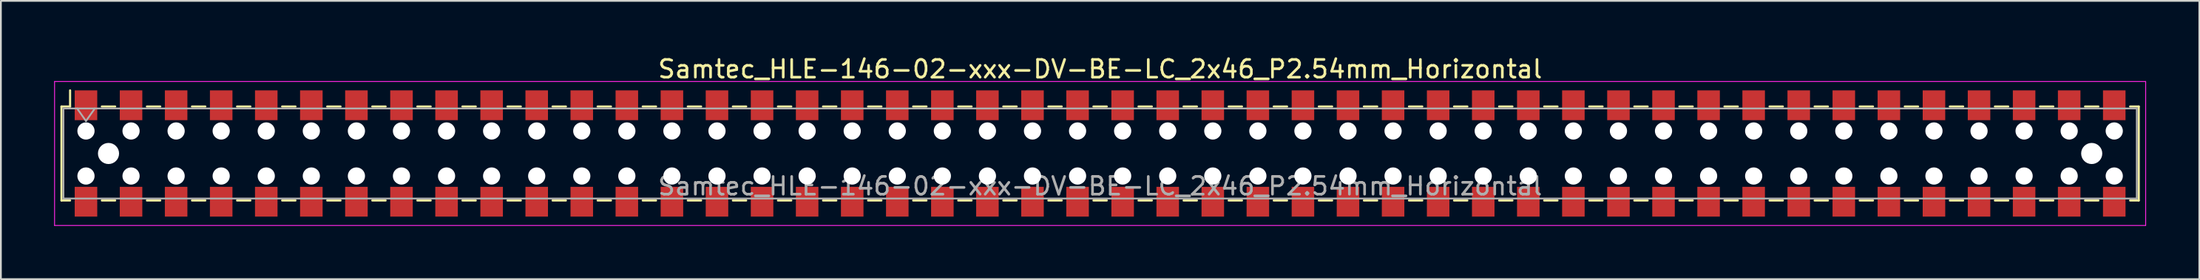
<source format=kicad_pcb>
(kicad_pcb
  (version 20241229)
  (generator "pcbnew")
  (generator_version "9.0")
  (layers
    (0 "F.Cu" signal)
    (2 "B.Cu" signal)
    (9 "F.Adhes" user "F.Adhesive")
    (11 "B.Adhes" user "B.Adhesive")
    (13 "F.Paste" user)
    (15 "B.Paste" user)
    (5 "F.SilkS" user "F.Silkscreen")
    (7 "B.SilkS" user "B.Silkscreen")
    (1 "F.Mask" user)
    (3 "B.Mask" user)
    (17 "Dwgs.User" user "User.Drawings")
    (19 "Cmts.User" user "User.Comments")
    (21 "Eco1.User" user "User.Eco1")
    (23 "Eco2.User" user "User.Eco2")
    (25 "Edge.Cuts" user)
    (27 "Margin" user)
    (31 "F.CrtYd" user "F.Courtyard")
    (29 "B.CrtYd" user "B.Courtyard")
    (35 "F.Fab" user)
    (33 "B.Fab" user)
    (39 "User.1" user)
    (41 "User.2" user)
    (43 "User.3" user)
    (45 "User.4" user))
  (footprint "Samtec_HLE-146-02-xxx-DV-BE-LC_2x46_P2.54mm_Horizontal"
    (layer "F.Cu")
    (at 58.945 5.608)
    (property "Reference" "Samtec_HLE-146-02-xxx-DV-BE-LC_2x46_P2.54mm_Horizontal" (at 0 -4.76 0) (layer "F.SilkS") (effects (font (size 1 1) (thickness 0.15))))
    (attr smd)
    (fp_line (start -58.53 -2.65) (end -58.53 2.65) (stroke (width 0.12) (type solid)) (layer "F.SilkS"))
    (fp_line (start -58.53 2.65) (end -58.045 2.65) (stroke (width 0.12) (type solid)) (layer "F.SilkS"))
    (fp_line (start -58.045 -3.56) (end -58.045 -2.65) (stroke (width 0.12) (type solid)) (layer "F.SilkS"))
    (fp_line (start -58.045 -2.65) (end -58.53 -2.65) (stroke (width 0.12) (type solid)) (layer "F.SilkS"))
    (fp_line (start -56.255 -2.65) (end -55.505 -2.65) (stroke (width 0.12) (type solid)) (layer "F.SilkS"))
    (fp_line (start -56.255 2.65) (end -55.505 2.65) (stroke (width 0.12) (type solid)) (layer "F.SilkS"))
    (fp_line (start -53.715 -2.65) (end -52.965 -2.65) (stroke (width 0.12) (type solid)) (layer "F.SilkS"))
    (fp_line (start -53.715 2.65) (end -52.965 2.65) (stroke (width 0.12) (type solid)) (layer "F.SilkS"))
    (fp_line (start -51.175 -2.65) (end -50.425 -2.65) (stroke (width 0.12) (type solid)) (layer "F.SilkS"))
    (fp_line (start -51.175 2.65) (end -50.425 2.65) (stroke (width 0.12) (type solid)) (layer "F.SilkS"))
    (fp_line (start -48.635 -2.65) (end -47.885 -2.65) (stroke (width 0.12) (type solid)) (layer "F.SilkS"))
    (fp_line (start -48.635 2.65) (end -47.885 2.65) (stroke (width 0.12) (type solid)) (layer "F.SilkS"))
    (fp_line (start -46.095 -2.65) (end -45.345 -2.65) (stroke (width 0.12) (type solid)) (layer "F.SilkS"))
    (fp_line (start -46.095 2.65) (end -45.345 2.65) (stroke (width 0.12) (type solid)) (layer "F.SilkS"))
    (fp_line (start -43.555 -2.65) (end -42.805 -2.65) (stroke (width 0.12) (type solid)) (layer "F.SilkS"))
    (fp_line (start -43.555 2.65) (end -42.805 2.65) (stroke (width 0.12) (type solid)) (layer "F.SilkS"))
    (fp_line (start -41.015 -2.65) (end -40.265 -2.65) (stroke (width 0.12) (type solid)) (layer "F.SilkS"))
    (fp_line (start -41.015 2.65) (end -40.265 2.65) (stroke (width 0.12) (type solid)) (layer "F.SilkS"))
    (fp_line (start -38.475 -2.65) (end -37.725 -2.65) (stroke (width 0.12) (type solid)) (layer "F.SilkS"))
    (fp_line (start -38.475 2.65) (end -37.725 2.65) (stroke (width 0.12) (type solid)) (layer "F.SilkS"))
    (fp_line (start -35.935 -2.65) (end -35.185 -2.65) (stroke (width 0.12) (type solid)) (layer "F.SilkS"))
    (fp_line (start -35.935 2.65) (end -35.185 2.65) (stroke (width 0.12) (type solid)) (layer "F.SilkS"))
    (fp_line (start -33.395 -2.65) (end -32.645 -2.65) (stroke (width 0.12) (type solid)) (layer "F.SilkS"))
    (fp_line (start -33.395 2.65) (end -32.645 2.65) (stroke (width 0.12) (type solid)) (layer "F.SilkS"))
    (fp_line (start -30.855 -2.65) (end -30.105 -2.65) (stroke (width 0.12) (type solid)) (layer "F.SilkS"))
    (fp_line (start -30.855 2.65) (end -30.105 2.65) (stroke (width 0.12) (type solid)) (layer "F.SilkS"))
    (fp_line (start -28.315 -2.65) (end -27.565 -2.65) (stroke (width 0.12) (type solid)) (layer "F.SilkS"))
    (fp_line (start -28.315 2.65) (end -27.565 2.65) (stroke (width 0.12) (type solid)) (layer "F.SilkS"))
    (fp_line (start -25.775 -2.65) (end -25.025 -2.65) (stroke (width 0.12) (type solid)) (layer "F.SilkS"))
    (fp_line (start -25.775 2.65) (end -25.025 2.65) (stroke (width 0.12) (type solid)) (layer "F.SilkS"))
    (fp_line (start -23.235 -2.65) (end -22.485 -2.65) (stroke (width 0.12) (type solid)) (layer "F.SilkS"))
    (fp_line (start -23.235 2.65) (end -22.485 2.65) (stroke (width 0.12) (type solid)) (layer "F.SilkS"))
    (fp_line (start -20.695 -2.65) (end -19.945 -2.65) (stroke (width 0.12) (type solid)) (layer "F.SilkS"))
    (fp_line (start -20.695 2.65) (end -19.945 2.65) (stroke (width 0.12) (type solid)) (layer "F.SilkS"))
    (fp_line (start -18.155 -2.65) (end -17.405 -2.65) (stroke (width 0.12) (type solid)) (layer "F.SilkS"))
    (fp_line (start -18.155 2.65) (end -17.405 2.65) (stroke (width 0.12) (type solid)) (layer "F.SilkS"))
    (fp_line (start -15.615 -2.65) (end -14.865 -2.65) (stroke (width 0.12) (type solid)) (layer "F.SilkS"))
    (fp_line (start -15.615 2.65) (end -14.865 2.65) (stroke (width 0.12) (type solid)) (layer "F.SilkS"))
    (fp_line (start -13.075 -2.65) (end -12.325 -2.65) (stroke (width 0.12) (type solid)) (layer "F.SilkS"))
    (fp_line (start -13.075 2.65) (end -12.325 2.65) (stroke (width 0.12) (type solid)) (layer "F.SilkS"))
    (fp_line (start -10.535 -2.65) (end -9.785 -2.65) (stroke (width 0.12) (type solid)) (layer "F.SilkS"))
    (fp_line (start -10.535 2.65) (end -9.785 2.65) (stroke (width 0.12) (type solid)) (layer "F.SilkS"))
    (fp_line (start -7.995 -2.65) (end -7.245 -2.65) (stroke (width 0.12) (type solid)) (layer "F.SilkS"))
    (fp_line (start -7.995 2.65) (end -7.245 2.65) (stroke (width 0.12) (type solid)) (layer "F.SilkS"))
    (fp_line (start -5.455 -2.65) (end -4.705 -2.65) (stroke (width 0.12) (type solid)) (layer "F.SilkS"))
    (fp_line (start -5.455 2.65) (end -4.705 2.65) (stroke (width 0.12) (type solid)) (layer "F.SilkS"))
    (fp_line (start -2.915 -2.65) (end -2.165 -2.65) (stroke (width 0.12) (type solid)) (layer "F.SilkS"))
    (fp_line (start -2.915 2.65) (end -2.165 2.65) (stroke (width 0.12) (type solid)) (layer "F.SilkS"))
    (fp_line (start -0.375 -2.65) (end 0.375 -2.65) (stroke (width 0.12) (type solid)) (layer "F.SilkS"))
    (fp_line (start -0.375 2.65) (end 0.375 2.65) (stroke (width 0.12) (type solid)) (layer "F.SilkS"))
    (fp_line (start 2.165 -2.65) (end 2.915 -2.65) (stroke (width 0.12) (type solid)) (layer "F.SilkS"))
    (fp_line (start 2.165 2.65) (end 2.915 2.65) (stroke (width 0.12) (type solid)) (layer "F.SilkS"))
    (fp_line (start 4.705 -2.65) (end 5.455 -2.65) (stroke (width 0.12) (type solid)) (layer "F.SilkS"))
    (fp_line (start 4.705 2.65) (end 5.455 2.65) (stroke (width 0.12) (type solid)) (layer "F.SilkS"))
    (fp_line (start 7.245 -2.65) (end 7.995 -2.65) (stroke (width 0.12) (type solid)) (layer "F.SilkS"))
    (fp_line (start 7.245 2.65) (end 7.995 2.65) (stroke (width 0.12) (type solid)) (layer "F.SilkS"))
    (fp_line (start 9.785 -2.65) (end 10.535 -2.65) (stroke (width 0.12) (type solid)) (layer "F.SilkS"))
    (fp_line (start 9.785 2.65) (end 10.535 2.65) (stroke (width 0.12) (type solid)) (layer "F.SilkS"))
    (fp_line (start 12.325 -2.65) (end 13.075 -2.65) (stroke (width 0.12) (type solid)) (layer "F.SilkS"))
    (fp_line (start 12.325 2.65) (end 13.075 2.65) (stroke (width 0.12) (type solid)) (layer "F.SilkS"))
    (fp_line (start 14.865 -2.65) (end 15.615 -2.65) (stroke (width 0.12) (type solid)) (layer "F.SilkS"))
    (fp_line (start 14.865 2.65) (end 15.615 2.65) (stroke (width 0.12) (type solid)) (layer "F.SilkS"))
    (fp_line (start 17.405 -2.65) (end 18.155 -2.65) (stroke (width 0.12) (type solid)) (layer "F.SilkS"))
    (fp_line (start 17.405 2.65) (end 18.155 2.65) (stroke (width 0.12) (type solid)) (layer "F.SilkS"))
    (fp_line (start 19.945 -2.65) (end 20.695 -2.65) (stroke (width 0.12) (type solid)) (layer "F.SilkS"))
    (fp_line (start 19.945 2.65) (end 20.695 2.65) (stroke (width 0.12) (type solid)) (layer "F.SilkS"))
    (fp_line (start 22.485 -2.65) (end 23.235 -2.65) (stroke (width 0.12) (type solid)) (layer "F.SilkS"))
    (fp_line (start 22.485 2.65) (end 23.235 2.65) (stroke (width 0.12) (type solid)) (layer "F.SilkS"))
    (fp_line (start 25.025 -2.65) (end 25.775 -2.65) (stroke (width 0.12) (type solid)) (layer "F.SilkS"))
    (fp_line (start 25.025 2.65) (end 25.775 2.65) (stroke (width 0.12) (type solid)) (layer "F.SilkS"))
    (fp_line (start 27.565 -2.65) (end 28.315 -2.65) (stroke (width 0.12) (type solid)) (layer "F.SilkS"))
    (fp_line (start 27.565 2.65) (end 28.315 2.65) (stroke (width 0.12) (type solid)) (layer "F.SilkS"))
    (fp_line (start 30.105 -2.65) (end 30.855 -2.65) (stroke (width 0.12) (type solid)) (layer "F.SilkS"))
    (fp_line (start 30.105 2.65) (end 30.855 2.65) (stroke (width 0.12) (type solid)) (layer "F.SilkS"))
    (fp_line (start 32.645 -2.65) (end 33.395 -2.65) (stroke (width 0.12) (type solid)) (layer "F.SilkS"))
    (fp_line (start 32.645 2.65) (end 33.395 2.65) (stroke (width 0.12) (type solid)) (layer "F.SilkS"))
    (fp_line (start 35.185 -2.65) (end 35.935 -2.65) (stroke (width 0.12) (type solid)) (layer "F.SilkS"))
    (fp_line (start 35.185 2.65) (end 35.935 2.65) (stroke (width 0.12) (type solid)) (layer "F.SilkS"))
    (fp_line (start 37.725 -2.65) (end 38.475 -2.65) (stroke (width 0.12) (type solid)) (layer "F.SilkS"))
    (fp_line (start 37.725 2.65) (end 38.475 2.65) (stroke (width 0.12) (type solid)) (layer "F.SilkS"))
    (fp_line (start 40.265 -2.65) (end 41.015 -2.65) (stroke (width 0.12) (type solid)) (layer "F.SilkS"))
    (fp_line (start 40.265 2.65) (end 41.015 2.65) (stroke (width 0.12) (type solid)) (layer "F.SilkS"))
    (fp_line (start 42.805 -2.65) (end 43.555 -2.65) (stroke (width 0.12) (type solid)) (layer "F.SilkS"))
    (fp_line (start 42.805 2.65) (end 43.555 2.65) (stroke (width 0.12) (type solid)) (layer "F.SilkS"))
    (fp_line (start 45.345 -2.65) (end 46.095 -2.65) (stroke (width 0.12) (type solid)) (layer "F.SilkS"))
    (fp_line (start 45.345 2.65) (end 46.095 2.65) (stroke (width 0.12) (type solid)) (layer "F.SilkS"))
    (fp_line (start 47.885 -2.65) (end 48.635 -2.65) (stroke (width 0.12) (type solid)) (layer "F.SilkS"))
    (fp_line (start 47.885 2.65) (end 48.635 2.65) (stroke (width 0.12) (type solid)) (layer "F.SilkS"))
    (fp_line (start 50.425 -2.65) (end 51.175 -2.65) (stroke (width 0.12) (type solid)) (layer "F.SilkS"))
    (fp_line (start 50.425 2.65) (end 51.175 2.65) (stroke (width 0.12) (type solid)) (layer "F.SilkS"))
    (fp_line (start 52.965 -2.65) (end 53.715 -2.65) (stroke (width 0.12) (type solid)) (layer "F.SilkS"))
    (fp_line (start 52.965 2.65) (end 53.715 2.65) (stroke (width 0.12) (type solid)) (layer "F.SilkS"))
    (fp_line (start 55.505 -2.65) (end 56.255 -2.65) (stroke (width 0.12) (type solid)) (layer "F.SilkS"))
    (fp_line (start 55.505 2.65) (end 56.255 2.65) (stroke (width 0.12) (type solid)) (layer "F.SilkS"))
    (fp_line (start 58.045 -2.65) (end 58.53 -2.65) (stroke (width 0.12) (type solid)) (layer "F.SilkS"))
    (fp_line (start 58.53 -2.65) (end 58.53 2.65) (stroke (width 0.12) (type solid)) (layer "F.SilkS"))
    (fp_line (start 58.53 2.65) (end 58.045 2.65) (stroke (width 0.12) (type solid)) (layer "F.SilkS"))
    (fp_line (start -58.92 -4.06) (end 58.92 -4.06) (stroke (width 0.05) (type solid)) (layer "F.CrtYd"))
    (fp_line (start -58.92 4.06) (end -58.92 -4.06) (stroke (width 0.05) (type solid)) (layer "F.CrtYd"))
    (fp_line (start 58.92 -4.06) (end 58.92 4.06) (stroke (width 0.05) (type solid)) (layer "F.CrtYd"))
    (fp_line (start 58.92 4.06) (end -58.92 4.06) (stroke (width 0.05) (type solid)) (layer "F.CrtYd"))
    (fp_line (start -58.42 -2.54) (end 58.42 -2.54) (stroke (width 0.1) (type solid)) (layer "F.Fab"))
    (fp_line (start -58.42 2.54) (end -58.42 -2.54) (stroke (width 0.1) (type solid)) (layer "F.Fab"))
    (fp_line (start -57.65 -2.54) (end -57.15 -1.833) (stroke (width 0.1) (type solid)) (layer "F.Fab"))
    (fp_line (start -57.15 -1.833) (end -56.65 -2.54) (stroke (width 0.1) (type solid)) (layer "F.Fab"))
    (fp_line (start 58.42 -2.54) (end 58.42 2.54) (stroke (width 0.1) (type solid)) (layer "F.Fab"))
    (fp_line (start 58.42 2.54) (end -58.42 2.54) (stroke (width 0.1) (type solid)) (layer "F.Fab"))
    (fp_text user "${REFERENCE}" (at 0 1.84 0) (layer "F.Fab") (effects (font (size 1 1) (thickness 0.15))))
    (pad "" np_thru_hole circle (at -57.15 -1.27) (size 0.97 0.97) (drill 0.97) (layers "*.Cu" "*.Mask"))
    (pad "" np_thru_hole circle (at -57.15 1.27) (size 0.97 0.97) (drill 0.97) (layers "*.Cu" "*.Mask"))
    (pad "" np_thru_hole circle (at -55.88 0) (size 1.19 1.19) (drill 1.19) (layers "*.Cu" "*.Mask"))
    (pad "" np_thru_hole circle (at -54.61 -1.27) (size 0.97 0.97) (drill 0.97) (layers "*.Cu" "*.Mask"))
    (pad "" np_thru_hole circle (at -54.61 1.27) (size 0.97 0.97) (drill 0.97) (layers "*.Cu" "*.Mask"))
    (pad "" np_thru_hole circle (at -52.07 -1.27) (size 0.97 0.97) (drill 0.97) (layers "*.Cu" "*.Mask"))
    (pad "" np_thru_hole circle (at -52.07 1.27) (size 0.97 0.97) (drill 0.97) (layers "*.Cu" "*.Mask"))
    (pad "" np_thru_hole circle (at -49.53 -1.27) (size 0.97 0.97) (drill 0.97) (layers "*.Cu" "*.Mask"))
    (pad "" np_thru_hole circle (at -49.53 1.27) (size 0.97 0.97) (drill 0.97) (layers "*.Cu" "*.Mask"))
    (pad "" np_thru_hole circle (at -46.99 -1.27) (size 0.97 0.97) (drill 0.97) (layers "*.Cu" "*.Mask"))
    (pad "" np_thru_hole circle (at -46.99 1.27) (size 0.97 0.97) (drill 0.97) (layers "*.Cu" "*.Mask"))
    (pad "" np_thru_hole circle (at -44.45 -1.27) (size 0.97 0.97) (drill 0.97) (layers "*.Cu" "*.Mask"))
    (pad "" np_thru_hole circle (at -44.45 1.27) (size 0.97 0.97) (drill 0.97) (layers "*.Cu" "*.Mask"))
    (pad "" np_thru_hole circle (at -41.91 -1.27) (size 0.97 0.97) (drill 0.97) (layers "*.Cu" "*.Mask"))
    (pad "" np_thru_hole circle (at -41.91 1.27) (size 0.97 0.97) (drill 0.97) (layers "*.Cu" "*.Mask"))
    (pad "" np_thru_hole circle (at -39.37 -1.27) (size 0.97 0.97) (drill 0.97) (layers "*.Cu" "*.Mask"))
    (pad "" np_thru_hole circle (at -39.37 1.27) (size 0.97 0.97) (drill 0.97) (layers "*.Cu" "*.Mask"))
    (pad "" np_thru_hole circle (at -36.83 -1.27) (size 0.97 0.97) (drill 0.97) (layers "*.Cu" "*.Mask"))
    (pad "" np_thru_hole circle (at -36.83 1.27) (size 0.97 0.97) (drill 0.97) (layers "*.Cu" "*.Mask"))
    (pad "" np_thru_hole circle (at -34.29 -1.27) (size 0.97 0.97) (drill 0.97) (layers "*.Cu" "*.Mask"))
    (pad "" np_thru_hole circle (at -34.29 1.27) (size 0.97 0.97) (drill 0.97) (layers "*.Cu" "*.Mask"))
    (pad "" np_thru_hole circle (at -31.75 -1.27) (size 0.97 0.97) (drill 0.97) (layers "*.Cu" "*.Mask"))
    (pad "" np_thru_hole circle (at -31.75 1.27) (size 0.97 0.97) (drill 0.97) (layers "*.Cu" "*.Mask"))
    (pad "" np_thru_hole circle (at -29.21 -1.27) (size 0.97 0.97) (drill 0.97) (layers "*.Cu" "*.Mask"))
    (pad "" np_thru_hole circle (at -29.21 1.27) (size 0.97 0.97) (drill 0.97) (layers "*.Cu" "*.Mask"))
    (pad "" np_thru_hole circle (at -26.67 -1.27) (size 0.97 0.97) (drill 0.97) (layers "*.Cu" "*.Mask"))
    (pad "" np_thru_hole circle (at -26.67 1.27) (size 0.97 0.97) (drill 0.97) (layers "*.Cu" "*.Mask"))
    (pad "" np_thru_hole circle (at -24.13 -1.27) (size 0.97 0.97) (drill 0.97) (layers "*.Cu" "*.Mask"))
    (pad "" np_thru_hole circle (at -24.13 1.27) (size 0.97 0.97) (drill 0.97) (layers "*.Cu" "*.Mask"))
    (pad "" np_thru_hole circle (at -21.59 -1.27) (size 0.97 0.97) (drill 0.97) (layers "*.Cu" "*.Mask"))
    (pad "" np_thru_hole circle (at -21.59 1.27) (size 0.97 0.97) (drill 0.97) (layers "*.Cu" "*.Mask"))
    (pad "" np_thru_hole circle (at -19.05 -1.27) (size 0.97 0.97) (drill 0.97) (layers "*.Cu" "*.Mask"))
    (pad "" np_thru_hole circle (at -19.05 1.27) (size 0.97 0.97) (drill 0.97) (layers "*.Cu" "*.Mask"))
    (pad "" np_thru_hole circle (at -16.51 -1.27) (size 0.97 0.97) (drill 0.97) (layers "*.Cu" "*.Mask"))
    (pad "" np_thru_hole circle (at -16.51 1.27) (size 0.97 0.97) (drill 0.97) (layers "*.Cu" "*.Mask"))
    (pad "" np_thru_hole circle (at -13.97 -1.27) (size 0.97 0.97) (drill 0.97) (layers "*.Cu" "*.Mask"))
    (pad "" np_thru_hole circle (at -13.97 1.27) (size 0.97 0.97) (drill 0.97) (layers "*.Cu" "*.Mask"))
    (pad "" np_thru_hole circle (at -11.43 -1.27) (size 0.97 0.97) (drill 0.97) (layers "*.Cu" "*.Mask"))
    (pad "" np_thru_hole circle (at -11.43 1.27) (size 0.97 0.97) (drill 0.97) (layers "*.Cu" "*.Mask"))
    (pad "" np_thru_hole circle (at -8.89 -1.27) (size 0.97 0.97) (drill 0.97) (layers "*.Cu" "*.Mask"))
    (pad "" np_thru_hole circle (at -8.89 1.27) (size 0.97 0.97) (drill 0.97) (layers "*.Cu" "*.Mask"))
    (pad "" np_thru_hole circle (at -6.35 -1.27) (size 0.97 0.97) (drill 0.97) (layers "*.Cu" "*.Mask"))
    (pad "" np_thru_hole circle (at -6.35 1.27) (size 0.97 0.97) (drill 0.97) (layers "*.Cu" "*.Mask"))
    (pad "" np_thru_hole circle (at -3.81 -1.27) (size 0.97 0.97) (drill 0.97) (layers "*.Cu" "*.Mask"))
    (pad "" np_thru_hole circle (at -3.81 1.27) (size 0.97 0.97) (drill 0.97) (layers "*.Cu" "*.Mask"))
    (pad "" np_thru_hole circle (at -1.27 -1.27) (size 0.97 0.97) (drill 0.97) (layers "*.Cu" "*.Mask"))
    (pad "" np_thru_hole circle (at -1.27 1.27) (size 0.97 0.97) (drill 0.97) (layers "*.Cu" "*.Mask"))
    (pad "" np_thru_hole circle (at 1.27 -1.27) (size 0.97 0.97) (drill 0.97) (layers "*.Cu" "*.Mask"))
    (pad "" np_thru_hole circle (at 1.27 1.27) (size 0.97 0.97) (drill 0.97) (layers "*.Cu" "*.Mask"))
    (pad "" np_thru_hole circle (at 3.81 -1.27) (size 0.97 0.97) (drill 0.97) (layers "*.Cu" "*.Mask"))
    (pad "" np_thru_hole circle (at 3.81 1.27) (size 0.97 0.97) (drill 0.97) (layers "*.Cu" "*.Mask"))
    (pad "" np_thru_hole circle (at 6.35 -1.27) (size 0.97 0.97) (drill 0.97) (layers "*.Cu" "*.Mask"))
    (pad "" np_thru_hole circle (at 6.35 1.27) (size 0.97 0.97) (drill 0.97) (layers "*.Cu" "*.Mask"))
    (pad "" np_thru_hole circle (at 8.89 -1.27) (size 0.97 0.97) (drill 0.97) (layers "*.Cu" "*.Mask"))
    (pad "" np_thru_hole circle (at 8.89 1.27) (size 0.97 0.97) (drill 0.97) (layers "*.Cu" "*.Mask"))
    (pad "" np_thru_hole circle (at 11.43 -1.27) (size 0.97 0.97) (drill 0.97) (layers "*.Cu" "*.Mask"))
    (pad "" np_thru_hole circle (at 11.43 1.27) (size 0.97 0.97) (drill 0.97) (layers "*.Cu" "*.Mask"))
    (pad "" np_thru_hole circle (at 13.97 -1.27) (size 0.97 0.97) (drill 0.97) (layers "*.Cu" "*.Mask"))
    (pad "" np_thru_hole circle (at 13.97 1.27) (size 0.97 0.97) (drill 0.97) (layers "*.Cu" "*.Mask"))
    (pad "" np_thru_hole circle (at 16.51 -1.27) (size 0.97 0.97) (drill 0.97) (layers "*.Cu" "*.Mask"))
    (pad "" np_thru_hole circle (at 16.51 1.27) (size 0.97 0.97) (drill 0.97) (layers "*.Cu" "*.Mask"))
    (pad "" np_thru_hole circle (at 19.05 -1.27) (size 0.97 0.97) (drill 0.97) (layers "*.Cu" "*.Mask"))
    (pad "" np_thru_hole circle (at 19.05 1.27) (size 0.97 0.97) (drill 0.97) (layers "*.Cu" "*.Mask"))
    (pad "" np_thru_hole circle (at 21.59 -1.27) (size 0.97 0.97) (drill 0.97) (layers "*.Cu" "*.Mask"))
    (pad "" np_thru_hole circle (at 21.59 1.27) (size 0.97 0.97) (drill 0.97) (layers "*.Cu" "*.Mask"))
    (pad "" np_thru_hole circle (at 24.13 -1.27) (size 0.97 0.97) (drill 0.97) (layers "*.Cu" "*.Mask"))
    (pad "" np_thru_hole circle (at 24.13 1.27) (size 0.97 0.97) (drill 0.97) (layers "*.Cu" "*.Mask"))
    (pad "" np_thru_hole circle (at 26.67 -1.27) (size 0.97 0.97) (drill 0.97) (layers "*.Cu" "*.Mask"))
    (pad "" np_thru_hole circle (at 26.67 1.27) (size 0.97 0.97) (drill 0.97) (layers "*.Cu" "*.Mask"))
    (pad "" np_thru_hole circle (at 29.21 -1.27) (size 0.97 0.97) (drill 0.97) (layers "*.Cu" "*.Mask"))
    (pad "" np_thru_hole circle (at 29.21 1.27) (size 0.97 0.97) (drill 0.97) (layers "*.Cu" "*.Mask"))
    (pad "" np_thru_hole circle (at 31.75 -1.27) (size 0.97 0.97) (drill 0.97) (layers "*.Cu" "*.Mask"))
    (pad "" np_thru_hole circle (at 31.75 1.27) (size 0.97 0.97) (drill 0.97) (layers "*.Cu" "*.Mask"))
    (pad "" np_thru_hole circle (at 34.29 -1.27) (size 0.97 0.97) (drill 0.97) (layers "*.Cu" "*.Mask"))
    (pad "" np_thru_hole circle (at 34.29 1.27) (size 0.97 0.97) (drill 0.97) (layers "*.Cu" "*.Mask"))
    (pad "" np_thru_hole circle (at 36.83 -1.27) (size 0.97 0.97) (drill 0.97) (layers "*.Cu" "*.Mask"))
    (pad "" np_thru_hole circle (at 36.83 1.27) (size 0.97 0.97) (drill 0.97) (layers "*.Cu" "*.Mask"))
    (pad "" np_thru_hole circle (at 39.37 -1.27) (size 0.97 0.97) (drill 0.97) (layers "*.Cu" "*.Mask"))
    (pad "" np_thru_hole circle (at 39.37 1.27) (size 0.97 0.97) (drill 0.97) (layers "*.Cu" "*.Mask"))
    (pad "" np_thru_hole circle (at 41.91 -1.27) (size 0.97 0.97) (drill 0.97) (layers "*.Cu" "*.Mask"))
    (pad "" np_thru_hole circle (at 41.91 1.27) (size 0.97 0.97) (drill 0.97) (layers "*.Cu" "*.Mask"))
    (pad "" np_thru_hole circle (at 44.45 -1.27) (size 0.97 0.97) (drill 0.97) (layers "*.Cu" "*.Mask"))
    (pad "" np_thru_hole circle (at 44.45 1.27) (size 0.97 0.97) (drill 0.97) (layers "*.Cu" "*.Mask"))
    (pad "" np_thru_hole circle (at 46.99 -1.27) (size 0.97 0.97) (drill 0.97) (layers "*.Cu" "*.Mask"))
    (pad "" np_thru_hole circle (at 46.99 1.27) (size 0.97 0.97) (drill 0.97) (layers "*.Cu" "*.Mask"))
    (pad "" np_thru_hole circle (at 49.53 -1.27) (size 0.97 0.97) (drill 0.97) (layers "*.Cu" "*.Mask"))
    (pad "" np_thru_hole circle (at 49.53 1.27) (size 0.97 0.97) (drill 0.97) (layers "*.Cu" "*.Mask"))
    (pad "" np_thru_hole circle (at 52.07 -1.27) (size 0.97 0.97) (drill 0.97) (layers "*.Cu" "*.Mask"))
    (pad "" np_thru_hole circle (at 52.07 1.27) (size 0.97 0.97) (drill 0.97) (layers "*.Cu" "*.Mask"))
    (pad "" np_thru_hole circle (at 54.61 -1.27) (size 0.97 0.97) (drill 0.97) (layers "*.Cu" "*.Mask"))
    (pad "" np_thru_hole circle (at 54.61 1.27) (size 0.97 0.97) (drill 0.97) (layers "*.Cu" "*.Mask"))
    (pad "" np_thru_hole circle (at 55.88 0) (size 1.19 1.19) (drill 1.19) (layers "*.Cu" "*.Mask"))
    (pad "" np_thru_hole circle (at 57.15 -1.27) (size 0.97 0.97) (drill 0.97) (layers "*.Cu" "*.Mask"))
    (pad "" np_thru_hole circle (at 57.15 1.27) (size 0.97 0.97) (drill 0.97) (layers "*.Cu" "*.Mask"))
    (pad "1" smd rect (at -57.15 -2.72) (size 1.27 1.68) (layers "F.Cu" "F.Mask" "F.Paste"))
    (pad "2" smd rect (at -57.15 2.72) (size 1.27 1.68) (layers "F.Cu" "F.Mask" "F.Paste"))
    (pad "3" smd rect (at -54.61 -2.72) (size 1.27 1.68) (layers "F.Cu" "F.Mask" "F.Paste"))
    (pad "4" smd rect (at -54.61 2.72) (size 1.27 1.68) (layers "F.Cu" "F.Mask" "F.Paste"))
    (pad "5" smd rect (at -52.07 -2.72) (size 1.27 1.68) (layers "F.Cu" "F.Mask" "F.Paste"))
    (pad "6" smd rect (at -52.07 2.72) (size 1.27 1.68) (layers "F.Cu" "F.Mask" "F.Paste"))
    (pad "7" smd rect (at -49.53 -2.72) (size 1.27 1.68) (layers "F.Cu" "F.Mask" "F.Paste"))
    (pad "8" smd rect (at -49.53 2.72) (size 1.27 1.68) (layers "F.Cu" "F.Mask" "F.Paste"))
    (pad "9" smd rect (at -46.99 -2.72) (size 1.27 1.68) (layers "F.Cu" "F.Mask" "F.Paste"))
    (pad "10" smd rect (at -46.99 2.72) (size 1.27 1.68) (layers "F.Cu" "F.Mask" "F.Paste"))
    (pad "11" smd rect (at -44.45 -2.72) (size 1.27 1.68) (layers "F.Cu" "F.Mask" "F.Paste"))
    (pad "12" smd rect (at -44.45 2.72) (size 1.27 1.68) (layers "F.Cu" "F.Mask" "F.Paste"))
    (pad "13" smd rect (at -41.91 -2.72) (size 1.27 1.68) (layers "F.Cu" "F.Mask" "F.Paste"))
    (pad "14" smd rect (at -41.91 2.72) (size 1.27 1.68) (layers "F.Cu" "F.Mask" "F.Paste"))
    (pad "15" smd rect (at -39.37 -2.72) (size 1.27 1.68) (layers "F.Cu" "F.Mask" "F.Paste"))
    (pad "16" smd rect (at -39.37 2.72) (size 1.27 1.68) (layers "F.Cu" "F.Mask" "F.Paste"))
    (pad "17" smd rect (at -36.83 -2.72) (size 1.27 1.68) (layers "F.Cu" "F.Mask" "F.Paste"))
    (pad "18" smd rect (at -36.83 2.72) (size 1.27 1.68) (layers "F.Cu" "F.Mask" "F.Paste"))
    (pad "19" smd rect (at -34.29 -2.72) (size 1.27 1.68) (layers "F.Cu" "F.Mask" "F.Paste"))
    (pad "20" smd rect (at -34.29 2.72) (size 1.27 1.68) (layers "F.Cu" "F.Mask" "F.Paste"))
    (pad "21" smd rect (at -31.75 -2.72) (size 1.27 1.68) (layers "F.Cu" "F.Mask" "F.Paste"))
    (pad "22" smd rect (at -31.75 2.72) (size 1.27 1.68) (layers "F.Cu" "F.Mask" "F.Paste"))
    (pad "23" smd rect (at -29.21 -2.72) (size 1.27 1.68) (layers "F.Cu" "F.Mask" "F.Paste"))
    (pad "24" smd rect (at -29.21 2.72) (size 1.27 1.68) (layers "F.Cu" "F.Mask" "F.Paste"))
    (pad "25" smd rect (at -26.67 -2.72) (size 1.27 1.68) (layers "F.Cu" "F.Mask" "F.Paste"))
    (pad "26" smd rect (at -26.67 2.72) (size 1.27 1.68) (layers "F.Cu" "F.Mask" "F.Paste"))
    (pad "27" smd rect (at -24.13 -2.72) (size 1.27 1.68) (layers "F.Cu" "F.Mask" "F.Paste"))
    (pad "28" smd rect (at -24.13 2.72) (size 1.27 1.68) (layers "F.Cu" "F.Mask" "F.Paste"))
    (pad "29" smd rect (at -21.59 -2.72) (size 1.27 1.68) (layers "F.Cu" "F.Mask" "F.Paste"))
    (pad "30" smd rect (at -21.59 2.72) (size 1.27 1.68) (layers "F.Cu" "F.Mask" "F.Paste"))
    (pad "31" smd rect (at -19.05 -2.72) (size 1.27 1.68) (layers "F.Cu" "F.Mask" "F.Paste"))
    (pad "32" smd rect (at -19.05 2.72) (size 1.27 1.68) (layers "F.Cu" "F.Mask" "F.Paste"))
    (pad "33" smd rect (at -16.51 -2.72) (size 1.27 1.68) (layers "F.Cu" "F.Mask" "F.Paste"))
    (pad "34" smd rect (at -16.51 2.72) (size 1.27 1.68) (layers "F.Cu" "F.Mask" "F.Paste"))
    (pad "35" smd rect (at -13.97 -2.72) (size 1.27 1.68) (layers "F.Cu" "F.Mask" "F.Paste"))
    (pad "36" smd rect (at -13.97 2.72) (size 1.27 1.68) (layers "F.Cu" "F.Mask" "F.Paste"))
    (pad "37" smd rect (at -11.43 -2.72) (size 1.27 1.68) (layers "F.Cu" "F.Mask" "F.Paste"))
    (pad "38" smd rect (at -11.43 2.72) (size 1.27 1.68) (layers "F.Cu" "F.Mask" "F.Paste"))
    (pad "39" smd rect (at -8.89 -2.72) (size 1.27 1.68) (layers "F.Cu" "F.Mask" "F.Paste"))
    (pad "40" smd rect (at -8.89 2.72) (size 1.27 1.68) (layers "F.Cu" "F.Mask" "F.Paste"))
    (pad "41" smd rect (at -6.35 -2.72) (size 1.27 1.68) (layers "F.Cu" "F.Mask" "F.Paste"))
    (pad "42" smd rect (at -6.35 2.72) (size 1.27 1.68) (layers "F.Cu" "F.Mask" "F.Paste"))
    (pad "43" smd rect (at -3.81 -2.72) (size 1.27 1.68) (layers "F.Cu" "F.Mask" "F.Paste"))
    (pad "44" smd rect (at -3.81 2.72) (size 1.27 1.68) (layers "F.Cu" "F.Mask" "F.Paste"))
    (pad "45" smd rect (at -1.27 -2.72) (size 1.27 1.68) (layers "F.Cu" "F.Mask" "F.Paste"))
    (pad "46" smd rect (at -1.27 2.72) (size 1.27 1.68) (layers "F.Cu" "F.Mask" "F.Paste"))
    (pad "47" smd rect (at 1.27 -2.72) (size 1.27 1.68) (layers "F.Cu" "F.Mask" "F.Paste"))
    (pad "48" smd rect (at 1.27 2.72) (size 1.27 1.68) (layers "F.Cu" "F.Mask" "F.Paste"))
    (pad "49" smd rect (at 3.81 -2.72) (size 1.27 1.68) (layers "F.Cu" "F.Mask" "F.Paste"))
    (pad "50" smd rect (at 3.81 2.72) (size 1.27 1.68) (layers "F.Cu" "F.Mask" "F.Paste"))
    (pad "51" smd rect (at 6.35 -2.72) (size 1.27 1.68) (layers "F.Cu" "F.Mask" "F.Paste"))
    (pad "52" smd rect (at 6.35 2.72) (size 1.27 1.68) (layers "F.Cu" "F.Mask" "F.Paste"))
    (pad "53" smd rect (at 8.89 -2.72) (size 1.27 1.68) (layers "F.Cu" "F.Mask" "F.Paste"))
    (pad "54" smd rect (at 8.89 2.72) (size 1.27 1.68) (layers "F.Cu" "F.Mask" "F.Paste"))
    (pad "55" smd rect (at 11.43 -2.72) (size 1.27 1.68) (layers "F.Cu" "F.Mask" "F.Paste"))
    (pad "56" smd rect (at 11.43 2.72) (size 1.27 1.68) (layers "F.Cu" "F.Mask" "F.Paste"))
    (pad "57" smd rect (at 13.97 -2.72) (size 1.27 1.68) (layers "F.Cu" "F.Mask" "F.Paste"))
    (pad "58" smd rect (at 13.97 2.72) (size 1.27 1.68) (layers "F.Cu" "F.Mask" "F.Paste"))
    (pad "59" smd rect (at 16.51 -2.72) (size 1.27 1.68) (layers "F.Cu" "F.Mask" "F.Paste"))
    (pad "60" smd rect (at 16.51 2.72) (size 1.27 1.68) (layers "F.Cu" "F.Mask" "F.Paste"))
    (pad "61" smd rect (at 19.05 -2.72) (size 1.27 1.68) (layers "F.Cu" "F.Mask" "F.Paste"))
    (pad "62" smd rect (at 19.05 2.72) (size 1.27 1.68) (layers "F.Cu" "F.Mask" "F.Paste"))
    (pad "63" smd rect (at 21.59 -2.72) (size 1.27 1.68) (layers "F.Cu" "F.Mask" "F.Paste"))
    (pad "64" smd rect (at 21.59 2.72) (size 1.27 1.68) (layers "F.Cu" "F.Mask" "F.Paste"))
    (pad "65" smd rect (at 24.13 -2.72) (size 1.27 1.68) (layers "F.Cu" "F.Mask" "F.Paste"))
    (pad "66" smd rect (at 24.13 2.72) (size 1.27 1.68) (layers "F.Cu" "F.Mask" "F.Paste"))
    (pad "67" smd rect (at 26.67 -2.72) (size 1.27 1.68) (layers "F.Cu" "F.Mask" "F.Paste"))
    (pad "68" smd rect (at 26.67 2.72) (size 1.27 1.68) (layers "F.Cu" "F.Mask" "F.Paste"))
    (pad "69" smd rect (at 29.21 -2.72) (size 1.27 1.68) (layers "F.Cu" "F.Mask" "F.Paste"))
    (pad "70" smd rect (at 29.21 2.72) (size 1.27 1.68) (layers "F.Cu" "F.Mask" "F.Paste"))
    (pad "71" smd rect (at 31.75 -2.72) (size 1.27 1.68) (layers "F.Cu" "F.Mask" "F.Paste"))
    (pad "72" smd rect (at 31.75 2.72) (size 1.27 1.68) (layers "F.Cu" "F.Mask" "F.Paste"))
    (pad "73" smd rect (at 34.29 -2.72) (size 1.27 1.68) (layers "F.Cu" "F.Mask" "F.Paste"))
    (pad "74" smd rect (at 34.29 2.72) (size 1.27 1.68) (layers "F.Cu" "F.Mask" "F.Paste"))
    (pad "75" smd rect (at 36.83 -2.72) (size 1.27 1.68) (layers "F.Cu" "F.Mask" "F.Paste"))
    (pad "76" smd rect (at 36.83 2.72) (size 1.27 1.68) (layers "F.Cu" "F.Mask" "F.Paste"))
    (pad "77" smd rect (at 39.37 -2.72) (size 1.27 1.68) (layers "F.Cu" "F.Mask" "F.Paste"))
    (pad "78" smd rect (at 39.37 2.72) (size 1.27 1.68) (layers "F.Cu" "F.Mask" "F.Paste"))
    (pad "79" smd rect (at 41.91 -2.72) (size 1.27 1.68) (layers "F.Cu" "F.Mask" "F.Paste"))
    (pad "80" smd rect (at 41.91 2.72) (size 1.27 1.68) (layers "F.Cu" "F.Mask" "F.Paste"))
    (pad "81" smd rect (at 44.45 -2.72) (size 1.27 1.68) (layers "F.Cu" "F.Mask" "F.Paste"))
    (pad "82" smd rect (at 44.45 2.72) (size 1.27 1.68) (layers "F.Cu" "F.Mask" "F.Paste"))
    (pad "83" smd rect (at 46.99 -2.72) (size 1.27 1.68) (layers "F.Cu" "F.Mask" "F.Paste"))
    (pad "84" smd rect (at 46.99 2.72) (size 1.27 1.68) (layers "F.Cu" "F.Mask" "F.Paste"))
    (pad "85" smd rect (at 49.53 -2.72) (size 1.27 1.68) (layers "F.Cu" "F.Mask" "F.Paste"))
    (pad "86" smd rect (at 49.53 2.72) (size 1.27 1.68) (layers "F.Cu" "F.Mask" "F.Paste"))
    (pad "87" smd rect (at 52.07 -2.72) (size 1.27 1.68) (layers "F.Cu" "F.Mask" "F.Paste"))
    (pad "88" smd rect (at 52.07 2.72) (size 1.27 1.68) (layers "F.Cu" "F.Mask" "F.Paste"))
    (pad "89" smd rect (at 54.61 -2.72) (size 1.27 1.68) (layers "F.Cu" "F.Mask" "F.Paste"))
    (pad "90" smd rect (at 54.61 2.72) (size 1.27 1.68) (layers "F.Cu" "F.Mask" "F.Paste"))
    (pad "91" smd rect (at 57.15 -2.72) (size 1.27 1.68) (layers "F.Cu" "F.Mask" "F.Paste"))
    (pad "92" smd rect (at 57.15 2.72) (size 1.27 1.68) (layers "F.Cu" "F.Mask" "F.Paste")))
  (gr_rect
    (start -3 -3)
    (end 120.89 12.693)
    (stroke (width 0.1) (type default))
    (fill no)
    (layer "Edge.Cuts")))
</source>
